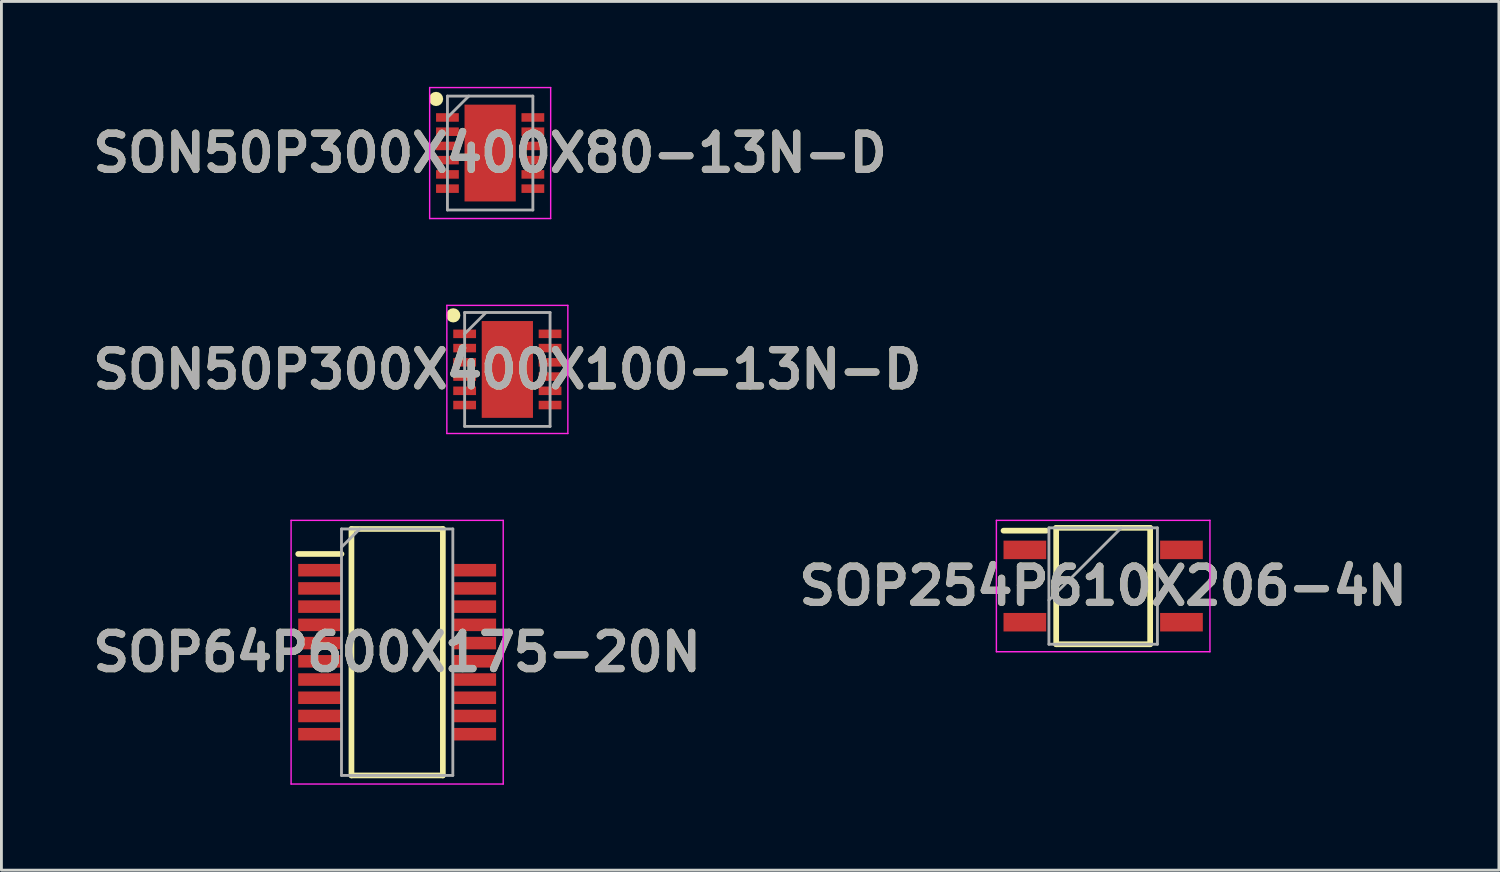
<source format=kicad_pcb>
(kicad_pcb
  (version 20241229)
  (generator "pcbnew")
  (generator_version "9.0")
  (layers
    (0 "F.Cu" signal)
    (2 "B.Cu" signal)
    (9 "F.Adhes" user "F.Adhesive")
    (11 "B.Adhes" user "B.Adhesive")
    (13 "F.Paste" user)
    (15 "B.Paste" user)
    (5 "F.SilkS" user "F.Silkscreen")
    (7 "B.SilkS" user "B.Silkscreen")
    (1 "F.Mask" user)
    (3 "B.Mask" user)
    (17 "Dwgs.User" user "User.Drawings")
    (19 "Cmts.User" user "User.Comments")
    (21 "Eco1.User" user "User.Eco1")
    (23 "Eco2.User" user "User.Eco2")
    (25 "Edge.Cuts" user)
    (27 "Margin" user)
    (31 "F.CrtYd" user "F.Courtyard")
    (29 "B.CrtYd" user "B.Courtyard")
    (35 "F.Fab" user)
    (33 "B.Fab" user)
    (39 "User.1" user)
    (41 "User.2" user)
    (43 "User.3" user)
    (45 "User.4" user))
  (footprint "SOP254P610X206-4N"
    (layer "F.Cu")
    (at 35.693 17.532)
    (property "Reference" "SOP254P610X206-4N" (at 0 0 0) (layer "F.SilkS") (effects (font (size 1.27 1.27) (thickness 0.254))))
    (attr smd)
    (fp_line (start -3.5 -1.945) (end -2 -1.945) (stroke (width 0.2) (type solid)) (layer "F.SilkS"))
    (fp_line (start -1.65 -2.044) (end 1.65 -2.044) (stroke (width 0.2) (type solid)) (layer "F.SilkS"))
    (fp_line (start -1.65 2.044) (end -1.65 -2.044) (stroke (width 0.2) (type solid)) (layer "F.SilkS"))
    (fp_line (start 1.65 -2.044) (end 1.65 2.044) (stroke (width 0.2) (type solid)) (layer "F.SilkS"))
    (fp_line (start 1.65 2.044) (end -1.65 2.044) (stroke (width 0.2) (type solid)) (layer "F.SilkS"))
    (fp_line (start -3.75 -2.307) (end 3.75 -2.307) (stroke (width 0.05) (type solid)) (layer "F.CrtYd"))
    (fp_line (start -3.75 2.307) (end -3.75 -2.307) (stroke (width 0.05) (type solid)) (layer "F.CrtYd"))
    (fp_line (start 3.75 -2.307) (end 3.75 2.307) (stroke (width 0.05) (type solid)) (layer "F.CrtYd"))
    (fp_line (start 3.75 2.307) (end -3.75 2.307) (stroke (width 0.05) (type solid)) (layer "F.CrtYd"))
    (fp_line (start -1.905 -2.044) (end 1.905 -2.044) (stroke (width 0.1) (type solid)) (layer "F.Fab"))
    (fp_line (start -1.905 0.496) (end 0.635 -2.044) (stroke (width 0.1) (type solid)) (layer "F.Fab"))
    (fp_line (start -1.905 2.044) (end -1.905 -2.044) (stroke (width 0.1) (type solid)) (layer "F.Fab"))
    (fp_line (start 1.905 -2.044) (end 1.905 2.044) (stroke (width 0.1) (type solid)) (layer "F.Fab"))
    (fp_line (start 1.905 2.044) (end -1.905 2.044) (stroke (width 0.1) (type solid)) (layer "F.Fab"))
    (fp_text user "${REFERENCE}" (at 0 0 0) (layer "F.Fab") (effects (font (size 1.27 1.27) (thickness 0.254))))
    (pad "1" smd rect (at -2.75 -1.27 90) (size 0.65 1.5) (layers "F.Cu" "F.Mask" "F.Paste"))
    (pad "2" smd rect (at -2.75 1.27 90) (size 0.65 1.5) (layers "F.Cu" "F.Mask" "F.Paste"))
    (pad "3" smd rect (at 2.75 1.27 90) (size 0.65 1.5) (layers "F.Cu" "F.Mask" "F.Paste"))
    (pad "4" smd rect (at 2.75 -1.27 90) (size 0.65 1.5) (layers "F.Cu" "F.Mask" "F.Paste")))
  (footprint "SOP64P600X175-20N"
    (layer "F.Cu")
    (at 10.898 19.855)
    (property "Reference" "SOP64P600X175-20N" (at 0 0 0) (layer "F.SilkS") (effects (font (size 1.27 1.27) (thickness 0.254))))
    (attr smd)
    (fp_line (start -3.475 -3.45) (end -1.955 -3.45) (stroke (width 0.2) (type solid)) (layer "F.SilkS"))
    (fp_line (start -1.605 -4.328) (end 1.605 -4.328) (stroke (width 0.2) (type solid)) (layer "F.SilkS"))
    (fp_line (start -1.605 4.328) (end -1.605 -4.328) (stroke (width 0.2) (type solid)) (layer "F.SilkS"))
    (fp_line (start 1.605 -4.328) (end 1.605 4.328) (stroke (width 0.2) (type solid)) (layer "F.SilkS"))
    (fp_line (start 1.605 4.328) (end -1.605 4.328) (stroke (width 0.2) (type solid)) (layer "F.SilkS"))
    (fp_line (start -3.725 -4.63) (end 3.725 -4.63) (stroke (width 0.05) (type solid)) (layer "F.CrtYd"))
    (fp_line (start -3.725 4.63) (end -3.725 -4.63) (stroke (width 0.05) (type solid)) (layer "F.CrtYd"))
    (fp_line (start 3.725 -4.63) (end 3.725 4.63) (stroke (width 0.05) (type solid)) (layer "F.CrtYd"))
    (fp_line (start 3.725 4.63) (end -3.725 4.63) (stroke (width 0.05) (type solid)) (layer "F.CrtYd"))
    (fp_line (start -1.955 -4.328) (end 1.955 -4.328) (stroke (width 0.1) (type solid)) (layer "F.Fab"))
    (fp_line (start -1.955 -3.688) (end -1.315 -4.328) (stroke (width 0.1) (type solid)) (layer "F.Fab"))
    (fp_line (start -1.955 4.328) (end -1.955 -4.328) (stroke (width 0.1) (type solid)) (layer "F.Fab"))
    (fp_line (start 1.955 -4.328) (end 1.955 4.328) (stroke (width 0.1) (type solid)) (layer "F.Fab"))
    (fp_line (start 1.955 4.328) (end -1.955 4.328) (stroke (width 0.1) (type solid)) (layer "F.Fab"))
    (fp_text user "${REFERENCE}" (at 0 0 0) (layer "F.Fab") (effects (font (size 1.27 1.27) (thickness 0.254))))
    (pad "1" smd rect (at -2.715 -2.88 90) (size 0.44 1.52) (layers "F.Cu" "F.Mask" "F.Paste"))
    (pad "2" smd rect (at -2.715 -2.24 90) (size 0.44 1.52) (layers "F.Cu" "F.Mask" "F.Paste"))
    (pad "3" smd rect (at -2.715 -1.6 90) (size 0.44 1.52) (layers "F.Cu" "F.Mask" "F.Paste"))
    (pad "4" smd rect (at -2.715 -0.96 90) (size 0.44 1.52) (layers "F.Cu" "F.Mask" "F.Paste"))
    (pad "5" smd rect (at -2.715 -0.32 90) (size 0.44 1.52) (layers "F.Cu" "F.Mask" "F.Paste"))
    (pad "6" smd rect (at -2.715 0.32 90) (size 0.44 1.52) (layers "F.Cu" "F.Mask" "F.Paste"))
    (pad "7" smd rect (at -2.715 0.96 90) (size 0.44 1.52) (layers "F.Cu" "F.Mask" "F.Paste"))
    (pad "8" smd rect (at -2.715 1.6 90) (size 0.44 1.52) (layers "F.Cu" "F.Mask" "F.Paste"))
    (pad "9" smd rect (at -2.715 2.24 90) (size 0.44 1.52) (layers "F.Cu" "F.Mask" "F.Paste"))
    (pad "10" smd rect (at -2.715 2.88 90) (size 0.44 1.52) (layers "F.Cu" "F.Mask" "F.Paste"))
    (pad "11" smd rect (at 2.715 2.88 90) (size 0.44 1.52) (layers "F.Cu" "F.Mask" "F.Paste"))
    (pad "12" smd rect (at 2.715 2.24 90) (size 0.44 1.52) (layers "F.Cu" "F.Mask" "F.Paste"))
    (pad "13" smd rect (at 2.715 1.6 90) (size 0.44 1.52) (layers "F.Cu" "F.Mask" "F.Paste"))
    (pad "14" smd rect (at 2.715 0.96 90) (size 0.44 1.52) (layers "F.Cu" "F.Mask" "F.Paste"))
    (pad "15" smd rect (at 2.715 0.32 90) (size 0.44 1.52) (layers "F.Cu" "F.Mask" "F.Paste"))
    (pad "16" smd rect (at 2.715 -0.32 90) (size 0.44 1.52) (layers "F.Cu" "F.Mask" "F.Paste"))
    (pad "17" smd rect (at 2.715 -0.96 90) (size 0.44 1.52) (layers "F.Cu" "F.Mask" "F.Paste"))
    (pad "18" smd rect (at 2.715 -1.6 90) (size 0.44 1.52) (layers "F.Cu" "F.Mask" "F.Paste"))
    (pad "19" smd rect (at 2.715 -2.24 90) (size 0.44 1.52) (layers "F.Cu" "F.Mask" "F.Paste"))
    (pad "20" smd rect (at 2.715 -2.88 90) (size 0.44 1.52) (layers "F.Cu" "F.Mask" "F.Paste")))
  (footprint "SON50P300X400X80-13N-D"
    (layer "F.Cu")
    (at 14.164 2.325)
    (property "Reference" "SON50P300X400X80-13N-D" (at 0 0 0) (layer "F.SilkS") (effects (font (size 1.27 1.27) (thickness 0.254))))
    (attr smd)
    (fp_circle (center -1.9 -1.9) (end -1.9 -1.775) (stroke (width 0.25) (type solid)) (fill no) (layer "F.SilkS"))
    (fp_line (start -2.125 -2.3) (end 2.125 -2.3) (stroke (width 0.05) (type solid)) (layer "F.CrtYd"))
    (fp_line (start -2.125 2.3) (end -2.125 -2.3) (stroke (width 0.05) (type solid)) (layer "F.CrtYd"))
    (fp_line (start 2.125 -2.3) (end 2.125 2.3) (stroke (width 0.05) (type solid)) (layer "F.CrtYd"))
    (fp_line (start 2.125 2.3) (end -2.125 2.3) (stroke (width 0.05) (type solid)) (layer "F.CrtYd"))
    (fp_line (start -1.5 -2) (end 1.5 -2) (stroke (width 0.1) (type solid)) (layer "F.Fab"))
    (fp_line (start -1.5 -1.25) (end -0.75 -2) (stroke (width 0.1) (type solid)) (layer "F.Fab"))
    (fp_line (start -1.5 2) (end -1.5 -2) (stroke (width 0.1) (type solid)) (layer "F.Fab"))
    (fp_line (start 1.5 -2) (end 1.5 2) (stroke (width 0.1) (type solid)) (layer "F.Fab"))
    (fp_line (start 1.5 2) (end -1.5 2) (stroke (width 0.1) (type solid)) (layer "F.Fab"))
    (fp_text user "${REFERENCE}" (at 0 0 0) (layer "F.Fab") (effects (font (size 1.27 1.27) (thickness 0.254))))
    (pad "1" smd rect (at -1.5 -1.25 90) (size 0.3 0.8) (layers "F.Cu" "F.Mask" "F.Paste"))
    (pad "2" smd rect (at -1.5 -0.75 90) (size 0.3 0.8) (layers "F.Cu" "F.Mask" "F.Paste"))
    (pad "3" smd rect (at -1.5 -0.25 90) (size 0.3 0.8) (layers "F.Cu" "F.Mask" "F.Paste"))
    (pad "4" smd rect (at -1.5 0.25 90) (size 0.3 0.8) (layers "F.Cu" "F.Mask" "F.Paste"))
    (pad "5" smd rect (at -1.5 0.75 90) (size 0.3 0.8) (layers "F.Cu" "F.Mask" "F.Paste"))
    (pad "6" smd rect (at -1.5 1.25 90) (size 0.3 0.8) (layers "F.Cu" "F.Mask" "F.Paste"))
    (pad "7" smd rect (at 1.5 1.25 90) (size 0.3 0.8) (layers "F.Cu" "F.Mask" "F.Paste"))
    (pad "8" smd rect (at 1.5 0.75 90) (size 0.3 0.8) (layers "F.Cu" "F.Mask" "F.Paste"))
    (pad "9" smd rect (at 1.5 0.25 90) (size 0.3 0.8) (layers "F.Cu" "F.Mask" "F.Paste"))
    (pad "10" smd rect (at 1.5 -0.25 90) (size 0.3 0.8) (layers "F.Cu" "F.Mask" "F.Paste"))
    (pad "11" smd rect (at 1.5 -0.75 90) (size 0.3 0.8) (layers "F.Cu" "F.Mask" "F.Paste"))
    (pad "12" smd rect (at 1.5 -1.25 90) (size 0.3 0.8) (layers "F.Cu" "F.Mask" "F.Paste"))
    (pad "13" smd rect (at 0 0) (size 1.8 3.4) (layers "F.Cu" "F.Mask" "F.Paste")))
  (footprint "SON50P300X400X100-13N-D"
    (layer "F.Cu")
    (at 14.768 9.925)
    (property "Reference" "SON50P300X400X100-13N-D" (at 0 0 0) (layer "F.SilkS") (effects (font (size 1.27 1.27) (thickness 0.254))))
    (attr smd)
    (fp_circle (center -1.9 -1.9) (end -1.9 -1.775) (stroke (width 0.25) (type solid)) (fill no) (layer "F.SilkS"))
    (fp_line (start -2.125 -2.25) (end 2.125 -2.25) (stroke (width 0.05) (type solid)) (layer "F.CrtYd"))
    (fp_line (start -2.125 2.25) (end -2.125 -2.25) (stroke (width 0.05) (type solid)) (layer "F.CrtYd"))
    (fp_line (start 2.125 -2.25) (end 2.125 2.25) (stroke (width 0.05) (type solid)) (layer "F.CrtYd"))
    (fp_line (start 2.125 2.25) (end -2.125 2.25) (stroke (width 0.05) (type solid)) (layer "F.CrtYd"))
    (fp_line (start -1.5 -2) (end 1.5 -2) (stroke (width 0.1) (type solid)) (layer "F.Fab"))
    (fp_line (start -1.5 -1.25) (end -0.75 -2) (stroke (width 0.1) (type solid)) (layer "F.Fab"))
    (fp_line (start -1.5 2) (end -1.5 -2) (stroke (width 0.1) (type solid)) (layer "F.Fab"))
    (fp_line (start 1.5 -2) (end 1.5 2) (stroke (width 0.1) (type solid)) (layer "F.Fab"))
    (fp_line (start 1.5 2) (end -1.5 2) (stroke (width 0.1) (type solid)) (layer "F.Fab"))
    (fp_text user "${REFERENCE}" (at 0 0 0) (layer "F.Fab") (effects (font (size 1.27 1.27) (thickness 0.254))))
    (pad "1" smd rect (at -1.5 -1.25 90) (size 0.3 0.8) (layers "F.Cu" "F.Mask" "F.Paste"))
    (pad "2" smd rect (at -1.5 -0.75 90) (size 0.3 0.8) (layers "F.Cu" "F.Mask" "F.Paste"))
    (pad "3" smd rect (at -1.5 -0.25 90) (size 0.3 0.8) (layers "F.Cu" "F.Mask" "F.Paste"))
    (pad "4" smd rect (at -1.5 0.25 90) (size 0.3 0.8) (layers "F.Cu" "F.Mask" "F.Paste"))
    (pad "5" smd rect (at -1.5 0.75 90) (size 0.3 0.8) (layers "F.Cu" "F.Mask" "F.Paste"))
    (pad "6" smd rect (at -1.5 1.25 90) (size 0.3 0.8) (layers "F.Cu" "F.Mask" "F.Paste"))
    (pad "7" smd rect (at 1.5 1.25 90) (size 0.3 0.8) (layers "F.Cu" "F.Mask" "F.Paste"))
    (pad "8" smd rect (at 1.5 0.75 90) (size 0.3 0.8) (layers "F.Cu" "F.Mask" "F.Paste"))
    (pad "9" smd rect (at 1.5 0.25 90) (size 0.3 0.8) (layers "F.Cu" "F.Mask" "F.Paste"))
    (pad "10" smd rect (at 1.5 -0.25 90) (size 0.3 0.8) (layers "F.Cu" "F.Mask" "F.Paste"))
    (pad "11" smd rect (at 1.5 -0.75 90) (size 0.3 0.8) (layers "F.Cu" "F.Mask" "F.Paste"))
    (pad "12" smd rect (at 1.5 -1.25 90) (size 0.3 0.8) (layers "F.Cu" "F.Mask" "F.Paste"))
    (pad "13" smd rect (at 0 0) (size 1.8 3.4) (layers "F.Cu" "F.Mask" "F.Paste")))
  (gr_rect
    (start -3 -3)
    (end 49.591 27.51)
    (stroke (width 0.1) (type default))
    (fill no)
    (layer "Edge.Cuts")))
</source>
